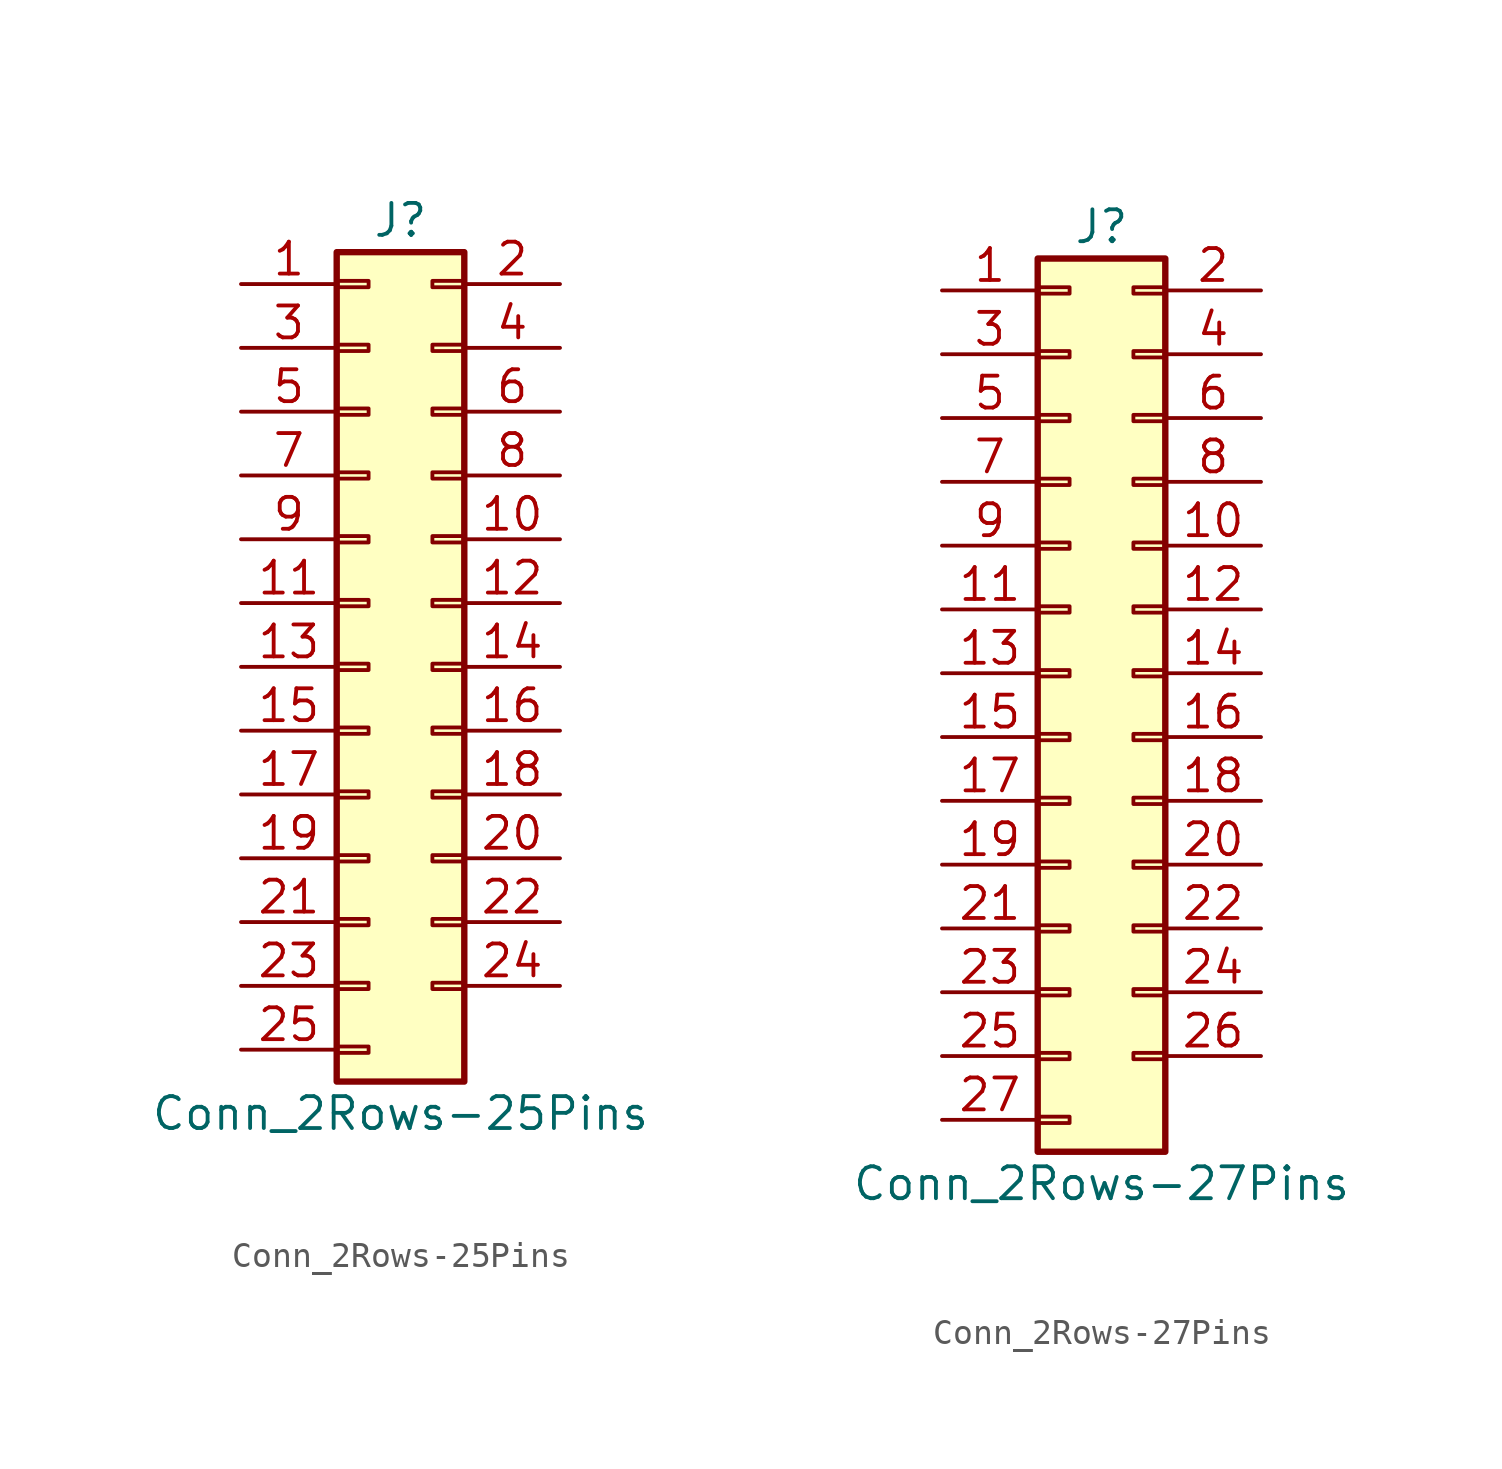
<source format=kicad_sym>
(kicad_symbol_lib
  (version 20220914)
  (generator kicad_symbol_editor)
  (symbol "Conn_2Rows-25Pins"
    (pin_names
      (offset 1.016) hide)
    (property "Reference" "J"
      (at 1.27 17.78 0)
      (effects (font (size 1.27 1.27))))
    (property "Value" "Conn_2Rows-25Pins"
      (at 1.27 -17.78 0)
      (effects (font (size 1.27 1.27))))
    (symbol "Conn_2Rows-25Pins_1_1"
      (rectangle (start -1.27 -15.113) (end 0 -15.367) (stroke (width 0.152) (type solid)) (fill (type none)))
      (rectangle (start -1.27 -12.573) (end 0 -12.827) (stroke (width 0.152) (type solid)) (fill (type none)))
      (rectangle (start -1.27 -10.033) (end 0 -10.287) (stroke (width 0.152) (type solid)) (fill (type none)))
      (rectangle (start -1.27 -7.493) (end 0 -7.747) (stroke (width 0.152) (type solid)) (fill (type none)))
      (rectangle (start -1.27 -4.953) (end 0 -5.207) (stroke (width 0.152) (type solid)) (fill (type none)))
      (rectangle (start -1.27 -2.413) (end 0 -2.667) (stroke (width 0.152) (type solid)) (fill (type none)))
      (rectangle (start -1.27 0.127) (end 0 -0.127) (stroke (width 0.152) (type solid)) (fill (type none)))
      (rectangle (start -1.27 2.667) (end 0 2.413) (stroke (width 0.152) (type solid)) (fill (type none)))
      (rectangle (start -1.27 5.207) (end 0 4.953) (stroke (width 0.152) (type solid)) (fill (type none)))
      (rectangle (start -1.27 7.747) (end 0 7.493) (stroke (width 0.152) (type solid)) (fill (type none)))
      (rectangle (start -1.27 10.287) (end 0 10.033) (stroke (width 0.152) (type solid)) (fill (type none)))
      (rectangle (start -1.27 12.827) (end 0 12.573) (stroke (width 0.152) (type solid)) (fill (type none)))
      (rectangle (start -1.27 15.367) (end 0 15.113) (stroke (width 0.152) (type solid)) (fill (type none)))
      (rectangle (start -1.27 16.51) (end 3.81 -16.51) (stroke (width 0.254) (type solid)) (fill (type background)))
      (rectangle (start 3.81 -12.573) (end 2.54 -12.827) (stroke (width 0.152) (type solid)) (fill (type none)))
      (rectangle (start 3.81 -10.033) (end 2.54 -10.287) (stroke (width 0.152) (type solid)) (fill (type none)))
      (rectangle (start 3.81 -7.493) (end 2.54 -7.747) (stroke (width 0.152) (type solid)) (fill (type none)))
      (rectangle (start 3.81 -4.953) (end 2.54 -5.207) (stroke (width 0.152) (type solid)) (fill (type none)))
      (rectangle (start 3.81 -2.413) (end 2.54 -2.667) (stroke (width 0.152) (type solid)) (fill (type none)))
      (rectangle (start 3.81 0.127) (end 2.54 -0.127) (stroke (width 0.152) (type solid)) (fill (type none)))
      (rectangle (start 3.81 2.667) (end 2.54 2.413) (stroke (width 0.152) (type solid)) (fill (type none)))
      (rectangle (start 3.81 5.207) (end 2.54 4.953) (stroke (width 0.152) (type solid)) (fill (type none)))
      (rectangle (start 3.81 7.747) (end 2.54 7.493) (stroke (width 0.152) (type solid)) (fill (type none)))
      (rectangle (start 3.81 10.287) (end 2.54 10.033) (stroke (width 0.152) (type solid)) (fill (type none)))
      (rectangle (start 3.81 12.827) (end 2.54 12.573) (stroke (width 0.152) (type solid)) (fill (type none)))
      (rectangle (start 3.81 15.367) (end 2.54 15.113) (stroke (width 0.152) (type solid)) (fill (type none)))
      (pin passive line (at -5.08 15.24 0) (length 3.81) (name "Pin_1" (effects (font (size 1.27 1.27)))) (number "1" (effects (font (size 1.27 1.27)))))
      (pin passive line (at 7.62 5.08 180) (length 3.81) (name "Pin_10" (effects (font (size 1.27 1.27)))) (number "10" (effects (font (size 1.27 1.27)))))
      (pin passive line (at -5.08 2.54 0) (length 3.81) (name "Pin_11" (effects (font (size 1.27 1.27)))) (number "11" (effects (font (size 1.27 1.27)))))
      (pin passive line (at 7.62 2.54 180) (length 3.81) (name "Pin_12" (effects (font (size 1.27 1.27)))) (number "12" (effects (font (size 1.27 1.27)))))
      (pin passive line (at -5.08 0 0) (length 3.81) (name "Pin_13" (effects (font (size 1.27 1.27)))) (number "13" (effects (font (size 1.27 1.27)))))
      (pin passive line (at 7.62 0 180) (length 3.81) (name "Pin_14" (effects (font (size 1.27 1.27)))) (number "14" (effects (font (size 1.27 1.27)))))
      (pin passive line (at -5.08 -2.54 0) (length 3.81) (name "Pin_15" (effects (font (size 1.27 1.27)))) (number "15" (effects (font (size 1.27 1.27)))))
      (pin passive line (at 7.62 -2.54 180) (length 3.81) (name "Pin_16" (effects (font (size 1.27 1.27)))) (number "16" (effects (font (size 1.27 1.27)))))
      (pin passive line (at -5.08 -5.08 0) (length 3.81) (name "Pin_17" (effects (font (size 1.27 1.27)))) (number "17" (effects (font (size 1.27 1.27)))))
      (pin passive line (at 7.62 -5.08 180) (length 3.81) (name "Pin_18" (effects (font (size 1.27 1.27)))) (number "18" (effects (font (size 1.27 1.27)))))
      (pin passive line (at -5.08 -7.62 0) (length 3.81) (name "Pin_19" (effects (font (size 1.27 1.27)))) (number "19" (effects (font (size 1.27 1.27)))))
      (pin passive line (at 7.62 15.24 180) (length 3.81) (name "Pin_2" (effects (font (size 1.27 1.27)))) (number "2" (effects (font (size 1.27 1.27)))))
      (pin passive line (at 7.62 -7.62 180) (length 3.81) (name "Pin_20" (effects (font (size 1.27 1.27)))) (number "20" (effects (font (size 1.27 1.27)))))
      (pin passive line (at -5.08 -10.16 0) (length 3.81) (name "Pin_21" (effects (font (size 1.27 1.27)))) (number "21" (effects (font (size 1.27 1.27)))))
      (pin passive line (at 7.62 -10.16 180) (length 3.81) (name "Pin_22" (effects (font (size 1.27 1.27)))) (number "22" (effects (font (size 1.27 1.27)))))
      (pin passive line (at -5.08 -12.7 0) (length 3.81) (name "Pin_23" (effects (font (size 1.27 1.27)))) (number "23" (effects (font (size 1.27 1.27)))))
      (pin passive line (at 7.62 -12.7 180) (length 3.81) (name "Pin_24" (effects (font (size 1.27 1.27)))) (number "24" (effects (font (size 1.27 1.27)))))
      (pin passive line (at -5.08 -15.24 0) (length 3.81) (name "Pin_25" (effects (font (size 1.27 1.27)))) (number "25" (effects (font (size 1.27 1.27)))))
      (pin passive line (at -5.08 12.7 0) (length 3.81) (name "Pin_3" (effects (font (size 1.27 1.27)))) (number "3" (effects (font (size 1.27 1.27)))))
      (pin passive line (at 7.62 12.7 180) (length 3.81) (name "Pin_4" (effects (font (size 1.27 1.27)))) (number "4" (effects (font (size 1.27 1.27)))))
      (pin passive line (at -5.08 10.16 0) (length 3.81) (name "Pin_5" (effects (font (size 1.27 1.27)))) (number "5" (effects (font (size 1.27 1.27)))))
      (pin passive line (at 7.62 10.16 180) (length 3.81) (name "Pin_6" (effects (font (size 1.27 1.27)))) (number "6" (effects (font (size 1.27 1.27)))))
      (pin passive line (at -5.08 7.62 0) (length 3.81) (name "Pin_7" (effects (font (size 1.27 1.27)))) (number "7" (effects (font (size 1.27 1.27)))))
      (pin passive line (at 7.62 7.62 180) (length 3.81) (name "Pin_8" (effects (font (size 1.27 1.27)))) (number "8" (effects (font (size 1.27 1.27)))))
      (pin passive line (at -5.08 5.08 0) (length 3.81) (name "Pin_9" (effects (font (size 1.27 1.27)))) (number "9" (effects (font (size 1.27 1.27)))))))
  (symbol "Conn_2Rows-27Pins"
    (pin_names
      (offset 1.016) hide)
    (property "Reference" "J"
      (at 1.27 17.78 0)
      (effects (font (size 1.27 1.27))))
    (property "Value" "Conn_2Rows-27Pins"
      (at 1.27 -20.32 0)
      (effects (font (size 1.27 1.27))))
    (symbol "Conn_2Rows-27Pins_1_1"
      (rectangle (start -1.27 -17.653) (end 0 -17.907) (stroke (width 0.152) (type solid)) (fill (type none)))
      (rectangle (start -1.27 -15.113) (end 0 -15.367) (stroke (width 0.152) (type solid)) (fill (type none)))
      (rectangle (start -1.27 -12.573) (end 0 -12.827) (stroke (width 0.152) (type solid)) (fill (type none)))
      (rectangle (start -1.27 -10.033) (end 0 -10.287) (stroke (width 0.152) (type solid)) (fill (type none)))
      (rectangle (start -1.27 -7.493) (end 0 -7.747) (stroke (width 0.152) (type solid)) (fill (type none)))
      (rectangle (start -1.27 -4.953) (end 0 -5.207) (stroke (width 0.152) (type solid)) (fill (type none)))
      (rectangle (start -1.27 -2.413) (end 0 -2.667) (stroke (width 0.152) (type solid)) (fill (type none)))
      (rectangle (start -1.27 0.127) (end 0 -0.127) (stroke (width 0.152) (type solid)) (fill (type none)))
      (rectangle (start -1.27 2.667) (end 0 2.413) (stroke (width 0.152) (type solid)) (fill (type none)))
      (rectangle (start -1.27 5.207) (end 0 4.953) (stroke (width 0.152) (type solid)) (fill (type none)))
      (rectangle (start -1.27 7.747) (end 0 7.493) (stroke (width 0.152) (type solid)) (fill (type none)))
      (rectangle (start -1.27 10.287) (end 0 10.033) (stroke (width 0.152) (type solid)) (fill (type none)))
      (rectangle (start -1.27 12.827) (end 0 12.573) (stroke (width 0.152) (type solid)) (fill (type none)))
      (rectangle (start -1.27 15.367) (end 0 15.113) (stroke (width 0.152) (type solid)) (fill (type none)))
      (rectangle (start -1.27 16.51) (end 3.81 -19.05) (stroke (width 0.254) (type solid)) (fill (type background)))
      (rectangle (start 3.81 -15.113) (end 2.54 -15.367) (stroke (width 0.152) (type solid)) (fill (type none)))
      (rectangle (start 3.81 -12.573) (end 2.54 -12.827) (stroke (width 0.152) (type solid)) (fill (type none)))
      (rectangle (start 3.81 -10.033) (end 2.54 -10.287) (stroke (width 0.152) (type solid)) (fill (type none)))
      (rectangle (start 3.81 -7.493) (end 2.54 -7.747) (stroke (width 0.152) (type solid)) (fill (type none)))
      (rectangle (start 3.81 -4.953) (end 2.54 -5.207) (stroke (width 0.152) (type solid)) (fill (type none)))
      (rectangle (start 3.81 -2.413) (end 2.54 -2.667) (stroke (width 0.152) (type solid)) (fill (type none)))
      (rectangle (start 3.81 0.127) (end 2.54 -0.127) (stroke (width 0.152) (type solid)) (fill (type none)))
      (rectangle (start 3.81 2.667) (end 2.54 2.413) (stroke (width 0.152) (type solid)) (fill (type none)))
      (rectangle (start 3.81 5.207) (end 2.54 4.953) (stroke (width 0.152) (type solid)) (fill (type none)))
      (rectangle (start 3.81 7.747) (end 2.54 7.493) (stroke (width 0.152) (type solid)) (fill (type none)))
      (rectangle (start 3.81 10.287) (end 2.54 10.033) (stroke (width 0.152) (type solid)) (fill (type none)))
      (rectangle (start 3.81 12.827) (end 2.54 12.573) (stroke (width 0.152) (type solid)) (fill (type none)))
      (rectangle (start 3.81 15.367) (end 2.54 15.113) (stroke (width 0.152) (type solid)) (fill (type none)))
      (pin passive line (at -5.08 15.24 0) (length 3.81) (name "Pin_1" (effects (font (size 1.27 1.27)))) (number "1" (effects (font (size 1.27 1.27)))))
      (pin passive line (at 7.62 5.08 180) (length 3.81) (name "Pin_10" (effects (font (size 1.27 1.27)))) (number "10" (effects (font (size 1.27 1.27)))))
      (pin passive line (at -5.08 2.54 0) (length 3.81) (name "Pin_11" (effects (font (size 1.27 1.27)))) (number "11" (effects (font (size 1.27 1.27)))))
      (pin passive line (at 7.62 2.54 180) (length 3.81) (name "Pin_12" (effects (font (size 1.27 1.27)))) (number "12" (effects (font (size 1.27 1.27)))))
      (pin passive line (at -5.08 0 0) (length 3.81) (name "Pin_13" (effects (font (size 1.27 1.27)))) (number "13" (effects (font (size 1.27 1.27)))))
      (pin passive line (at 7.62 0 180) (length 3.81) (name "Pin_14" (effects (font (size 1.27 1.27)))) (number "14" (effects (font (size 1.27 1.27)))))
      (pin passive line (at -5.08 -2.54 0) (length 3.81) (name "Pin_15" (effects (font (size 1.27 1.27)))) (number "15" (effects (font (size 1.27 1.27)))))
      (pin passive line (at 7.62 -2.54 180) (length 3.81) (name "Pin_16" (effects (font (size 1.27 1.27)))) (number "16" (effects (font (size 1.27 1.27)))))
      (pin passive line (at -5.08 -5.08 0) (length 3.81) (name "Pin_17" (effects (font (size 1.27 1.27)))) (number "17" (effects (font (size 1.27 1.27)))))
      (pin passive line (at 7.62 -5.08 180) (length 3.81) (name "Pin_18" (effects (font (size 1.27 1.27)))) (number "18" (effects (font (size 1.27 1.27)))))
      (pin passive line (at -5.08 -7.62 0) (length 3.81) (name "Pin_19" (effects (font (size 1.27 1.27)))) (number "19" (effects (font (size 1.27 1.27)))))
      (pin passive line (at 7.62 15.24 180) (length 3.81) (name "Pin_2" (effects (font (size 1.27 1.27)))) (number "2" (effects (font (size 1.27 1.27)))))
      (pin passive line (at 7.62 -7.62 180) (length 3.81) (name "Pin_20" (effects (font (size 1.27 1.27)))) (number "20" (effects (font (size 1.27 1.27)))))
      (pin passive line (at -5.08 -10.16 0) (length 3.81) (name "Pin_21" (effects (font (size 1.27 1.27)))) (number "21" (effects (font (size 1.27 1.27)))))
      (pin passive line (at 7.62 -10.16 180) (length 3.81) (name "Pin_22" (effects (font (size 1.27 1.27)))) (number "22" (effects (font (size 1.27 1.27)))))
      (pin passive line (at -5.08 -12.7 0) (length 3.81) (name "Pin_23" (effects (font (size 1.27 1.27)))) (number "23" (effects (font (size 1.27 1.27)))))
      (pin passive line (at 7.62 -12.7 180) (length 3.81) (name "Pin_24" (effects (font (size 1.27 1.27)))) (number "24" (effects (font (size 1.27 1.27)))))
      (pin passive line (at -5.08 -15.24 0) (length 3.81) (name "Pin_25" (effects (font (size 1.27 1.27)))) (number "25" (effects (font (size 1.27 1.27)))))
      (pin passive line (at 7.62 -15.24 180) (length 3.81) (name "Pin_26" (effects (font (size 1.27 1.27)))) (number "26" (effects (font (size 1.27 1.27)))))
      (pin passive line (at -5.08 -17.78 0) (length 3.81) (name "Pin_27" (effects (font (size 1.27 1.27)))) (number "27" (effects (font (size 1.27 1.27)))))
      (pin passive line (at -5.08 12.7 0) (length 3.81) (name "Pin_3" (effects (font (size 1.27 1.27)))) (number "3" (effects (font (size 1.27 1.27)))))
      (pin passive line (at 7.62 12.7 180) (length 3.81) (name "Pin_4" (effects (font (size 1.27 1.27)))) (number "4" (effects (font (size 1.27 1.27)))))
      (pin passive line (at -5.08 10.16 0) (length 3.81) (name "Pin_5" (effects (font (size 1.27 1.27)))) (number "5" (effects (font (size 1.27 1.27)))))
      (pin passive line (at 7.62 10.16 180) (length 3.81) (name "Pin_6" (effects (font (size 1.27 1.27)))) (number "6" (effects (font (size 1.27 1.27)))))
      (pin passive line (at -5.08 7.62 0) (length 3.81) (name "Pin_7" (effects (font (size 1.27 1.27)))) (number "7" (effects (font (size 1.27 1.27)))))
      (pin passive line (at 7.62 7.62 180) (length 3.81) (name "Pin_8" (effects (font (size 1.27 1.27)))) (number "8" (effects (font (size 1.27 1.27)))))
      (pin passive line (at -5.08 5.08 0) (length 3.81) (name "Pin_9" (effects (font (size 1.27 1.27)))) (number "9" (effects (font (size 1.27 1.27))))))))
</source>
